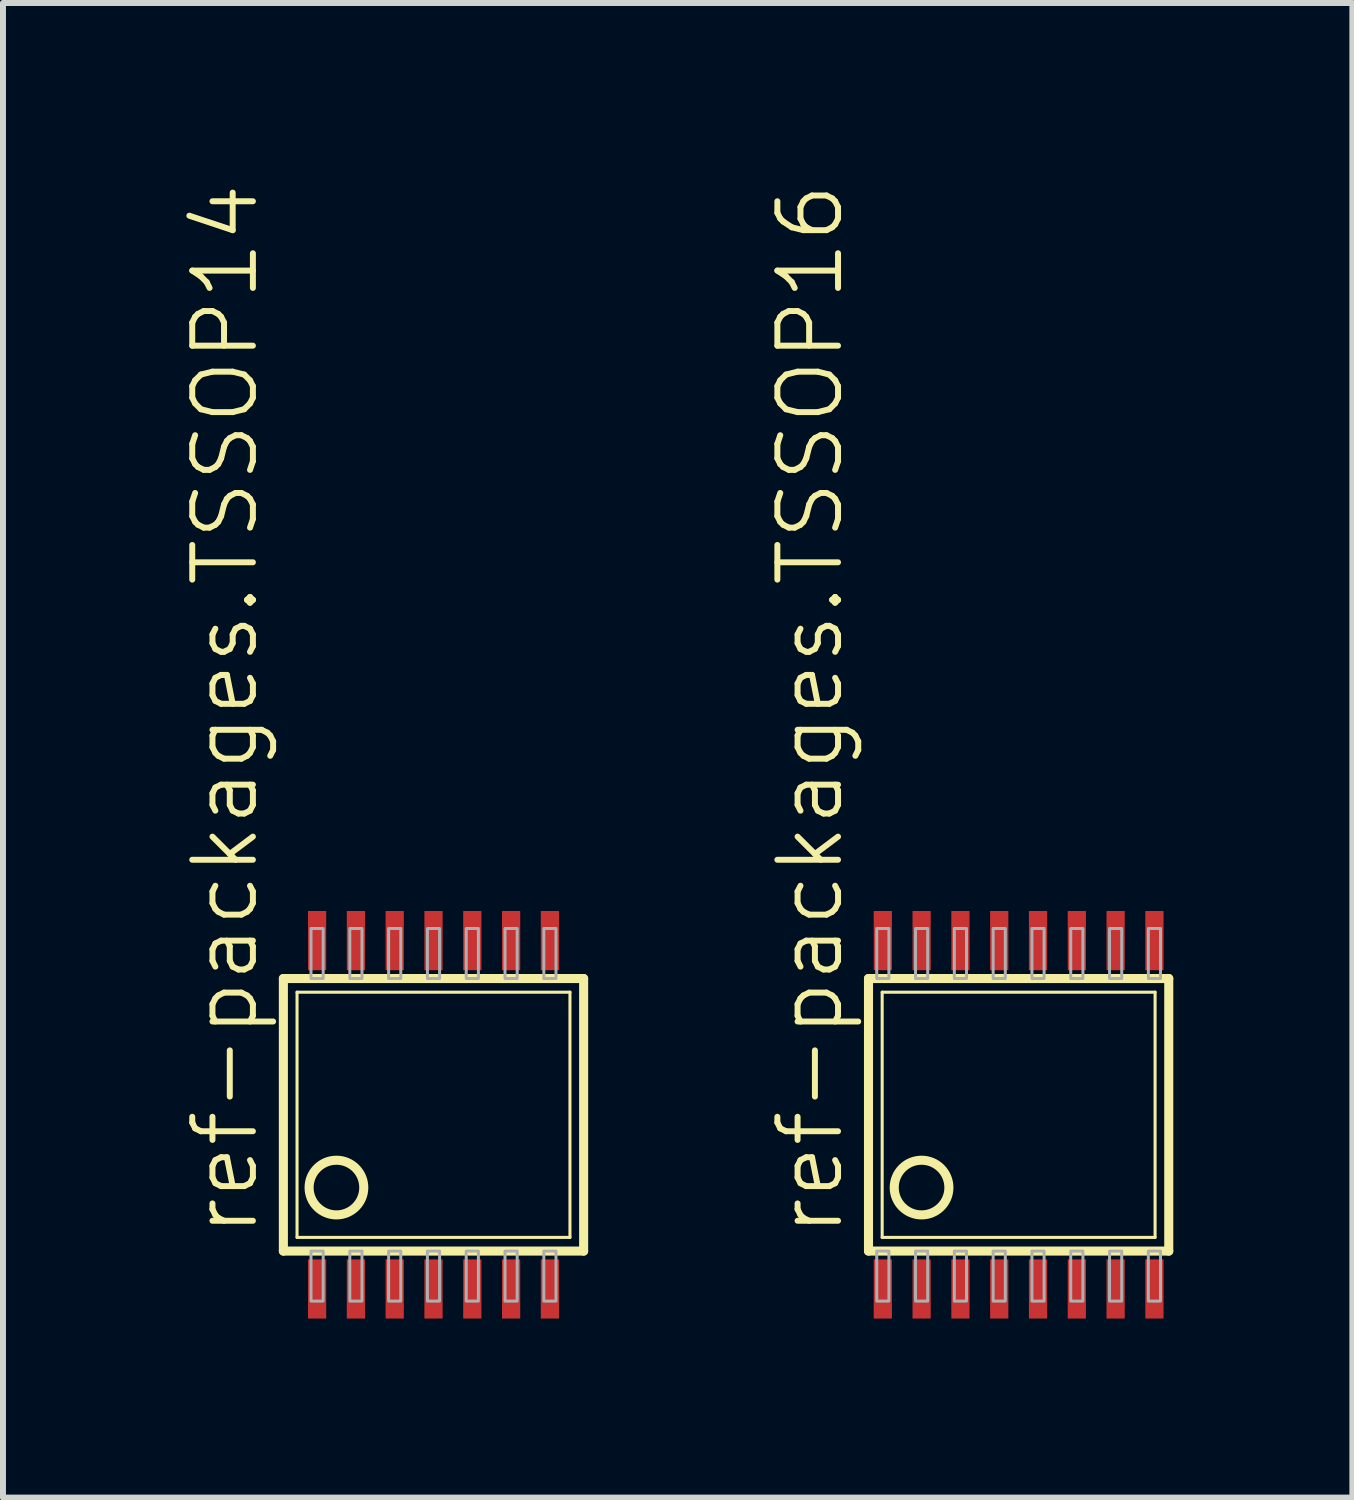
<source format=kicad_pcb>
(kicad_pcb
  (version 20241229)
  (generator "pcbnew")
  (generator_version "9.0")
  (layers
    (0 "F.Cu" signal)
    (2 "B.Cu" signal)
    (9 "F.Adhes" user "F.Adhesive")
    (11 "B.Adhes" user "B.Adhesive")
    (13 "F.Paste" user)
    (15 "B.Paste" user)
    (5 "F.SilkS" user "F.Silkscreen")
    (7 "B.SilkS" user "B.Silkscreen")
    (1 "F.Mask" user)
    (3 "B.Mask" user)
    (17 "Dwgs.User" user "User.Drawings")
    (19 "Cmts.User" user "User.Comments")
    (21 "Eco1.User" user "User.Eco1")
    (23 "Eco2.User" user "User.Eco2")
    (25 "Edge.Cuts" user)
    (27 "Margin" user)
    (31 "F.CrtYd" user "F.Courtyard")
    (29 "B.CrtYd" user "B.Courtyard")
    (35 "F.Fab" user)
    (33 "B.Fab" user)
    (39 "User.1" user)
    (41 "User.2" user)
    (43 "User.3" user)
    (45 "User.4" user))
  (footprint "ref-packages.TSSOP14"
    (layer "F.Cu")
    (at 4.212 15.625)
    (property "Reference" "ref-packages.TSSOP14" (at -2.896 2.083 90) (layer "F.SilkS") (effects (font (size 1.016 1.016) (thickness 0.1)) (justify left bottom)))
    (attr smd)
    (fp_line (start -2.515 2.283) (end -2.515 -2.283) (stroke (width 0.152) (type default)) (layer "F.SilkS"))
    (fp_line (start -2.515 2.283) (end 2.515 2.283) (stroke (width 0.152) (type default)) (layer "F.SilkS"))
    (fp_line (start -2.286 2.054) (end -2.286 -2.054) (stroke (width 0.051) (type default)) (layer "F.SilkS"))
    (fp_line (start -2.286 2.054) (end 2.286 2.054) (stroke (width 0.051) (type default)) (layer "F.SilkS"))
    (fp_line (start 2.286 -2.054) (end -2.286 -2.054) (stroke (width 0.051) (type default)) (layer "F.SilkS"))
    (fp_line (start 2.286 -2.054) (end 2.286 2.054) (stroke (width 0.051) (type default)) (layer "F.SilkS"))
    (fp_line (start 2.515 -2.283) (end -2.515 -2.283) (stroke (width 0.152) (type default)) (layer "F.SilkS"))
    (fp_line (start 2.515 -2.283) (end 2.515 2.283) (stroke (width 0.152) (type default)) (layer "F.SilkS"))
    (fp_circle (center -1.626 1.219) (end -1.168 1.219) (stroke (width 0.152) (type default)) (fill no) (layer "F.SilkS"))
    (fp_rect (start -2.052 -2.283) (end -1.848 -3.121) (stroke (width 0.05) (type default)) (fill no) (layer "F.Fab"))
    (fp_rect (start -2.052 3.121) (end -1.848 2.283) (stroke (width 0.05) (type default)) (fill no) (layer "F.Fab"))
    (fp_rect (start -1.402 -2.283) (end -1.198 -3.121) (stroke (width 0.05) (type default)) (fill no) (layer "F.Fab"))
    (fp_rect (start -1.402 3.121) (end -1.198 2.283) (stroke (width 0.05) (type default)) (fill no) (layer "F.Fab"))
    (fp_rect (start -0.752 -2.283) (end -0.548 -3.121) (stroke (width 0.05) (type default)) (fill no) (layer "F.Fab"))
    (fp_rect (start -0.752 3.121) (end -0.548 2.283) (stroke (width 0.05) (type default)) (fill no) (layer "F.Fab"))
    (fp_rect (start -0.102 -2.283) (end 0.102 -3.121) (stroke (width 0.05) (type default)) (fill no) (layer "F.Fab"))
    (fp_rect (start -0.102 3.121) (end 0.102 2.283) (stroke (width 0.05) (type default)) (fill no) (layer "F.Fab"))
    (fp_rect (start 0.548 -2.283) (end 0.752 -3.121) (stroke (width 0.05) (type default)) (fill no) (layer "F.Fab"))
    (fp_rect (start 0.548 3.121) (end 0.752 2.283) (stroke (width 0.05) (type default)) (fill no) (layer "F.Fab"))
    (fp_rect (start 1.198 -2.283) (end 1.402 -3.121) (stroke (width 0.05) (type default)) (fill no) (layer "F.Fab"))
    (fp_rect (start 1.198 3.121) (end 1.402 2.283) (stroke (width 0.05) (type default)) (fill no) (layer "F.Fab"))
    (fp_rect (start 1.848 -2.283) (end 2.052 -3.121) (stroke (width 0.05) (type default)) (fill no) (layer "F.Fab"))
    (fp_rect (start 1.848 3.121) (end 2.052 2.283) (stroke (width 0.05) (type default)) (fill no) (layer "F.Fab"))
    (pad "1" smd roundrect (at -1.95 2.918) (size 0.305 0.991) (layers "F.Cu" "F.Mask" "F.Paste") (roundrect_rratio 0.01))
    (pad "2" smd roundrect (at -1.3 2.918) (size 0.305 0.991) (layers "F.Cu" "F.Mask" "F.Paste") (roundrect_rratio 0.01))
    (pad "3" smd roundrect (at -0.65 2.918) (size 0.305 0.991) (layers "F.Cu" "F.Mask" "F.Paste") (roundrect_rratio 0.01))
    (pad "4" smd roundrect (at 0 2.918) (size 0.305 0.991) (layers "F.Cu" "F.Mask" "F.Paste") (roundrect_rratio 0.01))
    (pad "5" smd roundrect (at 0.65 2.918) (size 0.305 0.991) (layers "F.Cu" "F.Mask" "F.Paste") (roundrect_rratio 0.01))
    (pad "6" smd roundrect (at 1.3 2.918) (size 0.305 0.991) (layers "F.Cu" "F.Mask" "F.Paste") (roundrect_rratio 0.01))
    (pad "7" smd roundrect (at 1.95 2.918) (size 0.305 0.991) (layers "F.Cu" "F.Mask" "F.Paste") (roundrect_rratio 0.01))
    (pad "8" smd roundrect (at 1.95 -2.918) (size 0.305 0.991) (layers "F.Cu" "F.Mask" "F.Paste") (roundrect_rratio 0.01))
    (pad "9" smd roundrect (at 1.3 -2.918) (size 0.305 0.991) (layers "F.Cu" "F.Mask" "F.Paste") (roundrect_rratio 0.01))
    (pad "10" smd roundrect (at 0.65 -2.918) (size 0.305 0.991) (layers "F.Cu" "F.Mask" "F.Paste") (roundrect_rratio 0.01))
    (pad "11" smd roundrect (at 0 -2.918) (size 0.305 0.991) (layers "F.Cu" "F.Mask" "F.Paste") (roundrect_rratio 0.01))
    (pad "12" smd roundrect (at -0.65 -2.918) (size 0.305 0.991) (layers "F.Cu" "F.Mask" "F.Paste") (roundrect_rratio 0.01))
    (pad "13" smd roundrect (at -1.3 -2.918) (size 0.305 0.991) (layers "F.Cu" "F.Mask" "F.Paste") (roundrect_rratio 0.01))
    (pad "14" smd roundrect (at -1.95 -2.918) (size 0.305 0.991) (layers "F.Cu" "F.Mask" "F.Paste") (roundrect_rratio 0.01)))
  (footprint "ref-packages.TSSOP16"
    (layer "F.Cu")
    (at 14.014 15.625)
    (property "Reference" "ref-packages.TSSOP16" (at -2.896 2.083 90) (layer "F.SilkS") (effects (font (size 1.016 1.016) (thickness 0.1)) (justify left bottom)))
    (attr smd)
    (fp_line (start -2.515 2.283) (end -2.515 -2.283) (stroke (width 0.152) (type default)) (layer "F.SilkS"))
    (fp_line (start -2.515 2.283) (end 2.515 2.283) (stroke (width 0.152) (type default)) (layer "F.SilkS"))
    (fp_line (start -2.286 2.054) (end -2.286 -2.054) (stroke (width 0.051) (type default)) (layer "F.SilkS"))
    (fp_line (start -2.286 2.054) (end 2.286 2.054) (stroke (width 0.051) (type default)) (layer "F.SilkS"))
    (fp_line (start 2.286 -2.054) (end -2.286 -2.054) (stroke (width 0.051) (type default)) (layer "F.SilkS"))
    (fp_line (start 2.286 -2.054) (end 2.286 2.054) (stroke (width 0.051) (type default)) (layer "F.SilkS"))
    (fp_line (start 2.515 -2.283) (end -2.515 -2.283) (stroke (width 0.152) (type default)) (layer "F.SilkS"))
    (fp_line (start 2.515 -2.283) (end 2.515 2.283) (stroke (width 0.152) (type default)) (layer "F.SilkS"))
    (fp_circle (center -1.626 1.219) (end -1.168 1.219) (stroke (width 0.152) (type default)) (fill no) (layer "F.SilkS"))
    (fp_rect (start -2.377 -2.283) (end -2.173 -3.121) (stroke (width 0.05) (type default)) (fill no) (layer "F.Fab"))
    (fp_rect (start -2.377 3.121) (end -2.173 2.283) (stroke (width 0.05) (type default)) (fill no) (layer "F.Fab"))
    (fp_rect (start -1.727 -2.283) (end -1.523 -3.121) (stroke (width 0.05) (type default)) (fill no) (layer "F.Fab"))
    (fp_rect (start -1.727 3.121) (end -1.523 2.283) (stroke (width 0.05) (type default)) (fill no) (layer "F.Fab"))
    (fp_rect (start -1.077 -2.283) (end -0.873 -3.121) (stroke (width 0.05) (type default)) (fill no) (layer "F.Fab"))
    (fp_rect (start -1.077 3.121) (end -0.873 2.283) (stroke (width 0.05) (type default)) (fill no) (layer "F.Fab"))
    (fp_rect (start -0.427 -2.283) (end -0.223 -3.121) (stroke (width 0.05) (type default)) (fill no) (layer "F.Fab"))
    (fp_rect (start -0.427 3.121) (end -0.223 2.283) (stroke (width 0.05) (type default)) (fill no) (layer "F.Fab"))
    (fp_rect (start 0.223 -2.283) (end 0.427 -3.121) (stroke (width 0.05) (type default)) (fill no) (layer "F.Fab"))
    (fp_rect (start 0.223 3.121) (end 0.427 2.283) (stroke (width 0.05) (type default)) (fill no) (layer "F.Fab"))
    (fp_rect (start 0.873 -2.283) (end 1.077 -3.121) (stroke (width 0.05) (type default)) (fill no) (layer "F.Fab"))
    (fp_rect (start 0.873 3.121) (end 1.077 2.283) (stroke (width 0.05) (type default)) (fill no) (layer "F.Fab"))
    (fp_rect (start 1.523 -2.283) (end 1.727 -3.121) (stroke (width 0.05) (type default)) (fill no) (layer "F.Fab"))
    (fp_rect (start 1.523 3.121) (end 1.727 2.283) (stroke (width 0.05) (type default)) (fill no) (layer "F.Fab"))
    (fp_rect (start 2.173 -2.283) (end 2.377 -3.121) (stroke (width 0.05) (type default)) (fill no) (layer "F.Fab"))
    (fp_rect (start 2.173 3.121) (end 2.377 2.283) (stroke (width 0.05) (type default)) (fill no) (layer "F.Fab"))
    (pad "1" smd roundrect (at -2.275 2.918) (size 0.305 0.991) (layers "F.Cu" "F.Mask" "F.Paste") (roundrect_rratio 0.01))
    (pad "2" smd roundrect (at -1.625 2.918) (size 0.305 0.991) (layers "F.Cu" "F.Mask" "F.Paste") (roundrect_rratio 0.01))
    (pad "3" smd roundrect (at -0.975 2.918) (size 0.305 0.991) (layers "F.Cu" "F.Mask" "F.Paste") (roundrect_rratio 0.01))
    (pad "4" smd roundrect (at -0.325 2.918) (size 0.305 0.991) (layers "F.Cu" "F.Mask" "F.Paste") (roundrect_rratio 0.01))
    (pad "5" smd roundrect (at 0.325 2.918) (size 0.305 0.991) (layers "F.Cu" "F.Mask" "F.Paste") (roundrect_rratio 0.01))
    (pad "6" smd roundrect (at 0.975 2.918) (size 0.305 0.991) (layers "F.Cu" "F.Mask" "F.Paste") (roundrect_rratio 0.01))
    (pad "7" smd roundrect (at 1.625 2.918) (size 0.305 0.991) (layers "F.Cu" "F.Mask" "F.Paste") (roundrect_rratio 0.01))
    (pad "8" smd roundrect (at 2.275 2.918) (size 0.305 0.991) (layers "F.Cu" "F.Mask" "F.Paste") (roundrect_rratio 0.01))
    (pad "9" smd roundrect (at 2.275 -2.918) (size 0.305 0.991) (layers "F.Cu" "F.Mask" "F.Paste") (roundrect_rratio 0.01))
    (pad "10" smd roundrect (at 1.625 -2.918) (size 0.305 0.991) (layers "F.Cu" "F.Mask" "F.Paste") (roundrect_rratio 0.01))
    (pad "11" smd roundrect (at 0.975 -2.918) (size 0.305 0.991) (layers "F.Cu" "F.Mask" "F.Paste") (roundrect_rratio 0.01))
    (pad "12" smd roundrect (at 0.325 -2.918) (size 0.305 0.991) (layers "F.Cu" "F.Mask" "F.Paste") (roundrect_rratio 0.01))
    (pad "13" smd roundrect (at -0.325 -2.918) (size 0.305 0.991) (layers "F.Cu" "F.Mask" "F.Paste") (roundrect_rratio 0.01))
    (pad "14" smd roundrect (at -0.975 -2.918) (size 0.305 0.991) (layers "F.Cu" "F.Mask" "F.Paste") (roundrect_rratio 0.01))
    (pad "15" smd roundrect (at -1.625 -2.918) (size 0.305 0.991) (layers "F.Cu" "F.Mask" "F.Paste") (roundrect_rratio 0.01))
    (pad "16" smd roundrect (at -2.275 -2.918) (size 0.305 0.991) (layers "F.Cu" "F.Mask" "F.Paste") (roundrect_rratio 0.01)))
  (gr_rect
    (start -3 -3)
    (end 19.605 22.038)
    (stroke (width 0.1) (type default))
    (fill no)
    (layer "Edge.Cuts")))
</source>
